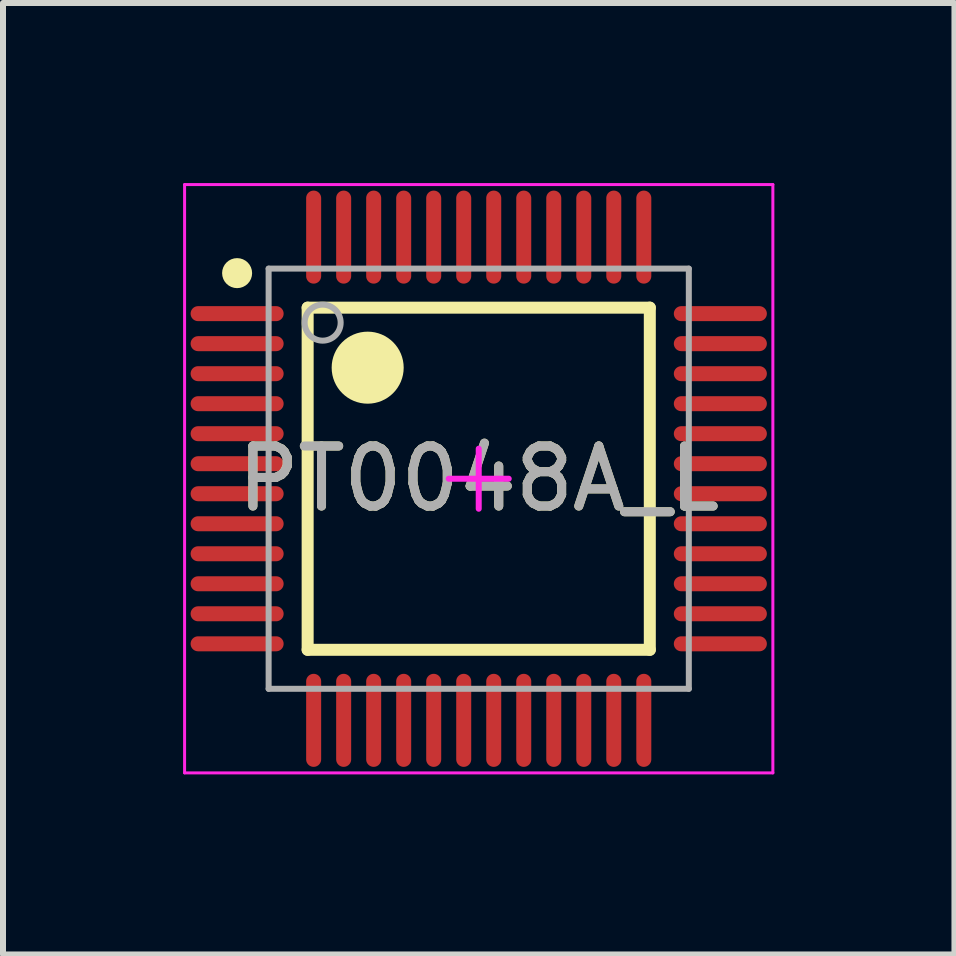
<source format=kicad_pcb>
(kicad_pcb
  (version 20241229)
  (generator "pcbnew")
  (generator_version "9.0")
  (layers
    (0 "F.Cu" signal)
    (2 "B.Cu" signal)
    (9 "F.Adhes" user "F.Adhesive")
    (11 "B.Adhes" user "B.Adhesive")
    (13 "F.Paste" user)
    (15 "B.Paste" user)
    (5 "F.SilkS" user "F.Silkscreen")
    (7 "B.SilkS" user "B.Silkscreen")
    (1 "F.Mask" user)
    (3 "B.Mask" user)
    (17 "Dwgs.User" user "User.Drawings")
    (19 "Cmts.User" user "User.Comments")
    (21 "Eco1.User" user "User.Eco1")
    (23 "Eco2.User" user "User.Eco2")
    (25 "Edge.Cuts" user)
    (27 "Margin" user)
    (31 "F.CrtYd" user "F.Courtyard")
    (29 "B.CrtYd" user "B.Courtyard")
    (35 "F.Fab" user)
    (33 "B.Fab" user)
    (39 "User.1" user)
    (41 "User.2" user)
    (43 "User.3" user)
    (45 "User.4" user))
  (footprint "PT0048A_L"
    (layer "F.Cu")
    (at 4.925 4.925)
    (property "Reference" "PT0048A_L" (at 0 0 0) (unlocked yes) (layer "F.SilkS") (effects (font (size 1 1) (thickness 0.15))))
    (attr smd)
    (fp_line (start -2.85 -2.85) (end 2.85 -2.85) (stroke (width 0.2) (type solid)) (layer "F.SilkS"))
    (fp_line (start -2.85 2.85) (end -2.85 -2.85) (stroke (width 0.2) (type solid)) (layer "F.SilkS"))
    (fp_line (start -2.85 2.85) (end 2.85 2.85) (stroke (width 0.2) (type solid)) (layer "F.SilkS"))
    (fp_line (start 2.85 2.85) (end 2.85 -2.85) (stroke (width 0.2) (type solid)) (layer "F.SilkS"))
    (fp_circle (center -4.025 -3.425) (end -3.9 -3.425) (stroke (width 0.25) (type solid)) (fill no) (layer "F.SilkS"))
    (fp_circle (center -1.85 -1.85) (end -1.55 -1.85) (stroke (width 0.6) (type solid)) (fill no) (layer "F.SilkS"))
    (fp_line (start -4.9 -4.9) (end 4.9 -4.9) (stroke (width 0.05) (type solid)) (layer "F.CrtYd"))
    (fp_line (start -4.9 4.9) (end -4.9 -4.9) (stroke (width 0.05) (type solid)) (layer "F.CrtYd"))
    (fp_line (start -4.9 4.9) (end 4.9 4.9) (stroke (width 0.05) (type solid)) (layer "F.CrtYd"))
    (fp_line (start -0.5 0) (end 0.5 0) (stroke (width 0.1) (type solid)) (layer "F.CrtYd"))
    (fp_line (start 0.000003 0.5) (end 0.000003 -0.5) (stroke (width 0.1) (type solid)) (layer "F.CrtYd"))
    (fp_line (start 4.9 4.9) (end 4.9 -4.9) (stroke (width 0.05) (type solid)) (layer "F.CrtYd"))
    (fp_line (start -3.5 -3.5) (end 3.5 -3.5) (stroke (width 0.1) (type solid)) (layer "F.Fab"))
    (fp_line (start -3.5 3.5) (end -3.5 -3.5) (stroke (width 0.1) (type solid)) (layer "F.Fab"))
    (fp_line (start -3.5 3.5) (end 3.5 3.5) (stroke (width 0.1) (type solid)) (layer "F.Fab"))
    (fp_line (start 3.5 3.5) (end 3.5 -3.5) (stroke (width 0.1) (type solid)) (layer "F.Fab"))
    (fp_circle (center -2.6 -2.6) (end -2.3 -2.6) (stroke (width 0.1) (type solid)) (fill no) (layer "F.Fab"))
    (fp_text user "${REFERENCE}" (at 0 0 0) (unlocked yes) (layer "F.Fab") (effects (font (size 1 1) (thickness 0.15))))
    (pad "1" smd oval (at -4.025 -2.75 90) (size 0.25 1.55) (layers "F.Cu" "F.Mask" "F.Paste"))
    (pad "2" smd oval (at -4.025 -2.25 90) (size 0.25 1.55) (layers "F.Cu" "F.Mask" "F.Paste"))
    (pad "3" smd oval (at -4.025 -1.75 90) (size 0.25 1.55) (layers "F.Cu" "F.Mask" "F.Paste"))
    (pad "4" smd oval (at -4.025 -1.25 90) (size 0.25 1.55) (layers "F.Cu" "F.Mask" "F.Paste"))
    (pad "5" smd oval (at -4.025 -0.75 90) (size 0.25 1.55) (layers "F.Cu" "F.Mask" "F.Paste"))
    (pad "6" smd oval (at -4.025 -0.25 90) (size 0.25 1.55) (layers "F.Cu" "F.Mask" "F.Paste"))
    (pad "7" smd oval (at -4.025 0.25 90) (size 0.25 1.55) (layers "F.Cu" "F.Mask" "F.Paste"))
    (pad "8" smd oval (at -4.025 0.75 90) (size 0.25 1.55) (layers "F.Cu" "F.Mask" "F.Paste"))
    (pad "9" smd oval (at -4.025 1.25 90) (size 0.25 1.55) (layers "F.Cu" "F.Mask" "F.Paste"))
    (pad "10" smd oval (at -4.025 1.75 90) (size 0.25 1.55) (layers "F.Cu" "F.Mask" "F.Paste"))
    (pad "11" smd oval (at -4.025 2.25 90) (size 0.25 1.55) (layers "F.Cu" "F.Mask" "F.Paste"))
    (pad "12" smd oval (at -4.025 2.75 90) (size 0.25 1.55) (layers "F.Cu" "F.Mask" "F.Paste"))
    (pad "13" smd oval (at -2.75 4.025) (size 0.25 1.55) (layers "F.Cu" "F.Mask" "F.Paste"))
    (pad "14" smd oval (at -2.25 4.025) (size 0.25 1.55) (layers "F.Cu" "F.Mask" "F.Paste"))
    (pad "15" smd oval (at -1.75 4.025) (size 0.25 1.55) (layers "F.Cu" "F.Mask" "F.Paste"))
    (pad "16" smd oval (at -1.25 4.025) (size 0.25 1.55) (layers "F.Cu" "F.Mask" "F.Paste"))
    (pad "17" smd oval (at -0.75 4.025) (size 0.25 1.55) (layers "F.Cu" "F.Mask" "F.Paste"))
    (pad "18" smd oval (at -0.25 4.025) (size 0.25 1.55) (layers "F.Cu" "F.Mask" "F.Paste"))
    (pad "19" smd oval (at 0.25 4.025) (size 0.25 1.55) (layers "F.Cu" "F.Mask" "F.Paste"))
    (pad "20" smd oval (at 0.75 4.025) (size 0.25 1.55) (layers "F.Cu" "F.Mask" "F.Paste"))
    (pad "21" smd oval (at 1.25 4.025) (size 0.25 1.55) (layers "F.Cu" "F.Mask" "F.Paste"))
    (pad "22" smd oval (at 1.75 4.025) (size 0.25 1.55) (layers "F.Cu" "F.Mask" "F.Paste"))
    (pad "23" smd oval (at 2.25 4.025) (size 0.25 1.55) (layers "F.Cu" "F.Mask" "F.Paste"))
    (pad "24" smd oval (at 2.75 4.025) (size 0.25 1.55) (layers "F.Cu" "F.Mask" "F.Paste"))
    (pad "25" smd oval (at 4.025 2.75 90) (size 0.25 1.55) (layers "F.Cu" "F.Mask" "F.Paste"))
    (pad "26" smd oval (at 4.025 2.25 90) (size 0.25 1.55) (layers "F.Cu" "F.Mask" "F.Paste"))
    (pad "27" smd oval (at 4.025 1.75 90) (size 0.25 1.55) (layers "F.Cu" "F.Mask" "F.Paste"))
    (pad "28" smd oval (at 4.025 1.25 90) (size 0.25 1.55) (layers "F.Cu" "F.Mask" "F.Paste"))
    (pad "29" smd oval (at 4.025 0.75 90) (size 0.25 1.55) (layers "F.Cu" "F.Mask" "F.Paste"))
    (pad "30" smd oval (at 4.025 0.25 90) (size 0.25 1.55) (layers "F.Cu" "F.Mask" "F.Paste"))
    (pad "31" smd oval (at 4.025 -0.25 90) (size 0.25 1.55) (layers "F.Cu" "F.Mask" "F.Paste"))
    (pad "32" smd oval (at 4.025 -0.75 90) (size 0.25 1.55) (layers "F.Cu" "F.Mask" "F.Paste"))
    (pad "33" smd oval (at 4.025 -1.25 90) (size 0.25 1.55) (layers "F.Cu" "F.Mask" "F.Paste"))
    (pad "34" smd oval (at 4.025 -1.75 90) (size 0.25 1.55) (layers "F.Cu" "F.Mask" "F.Paste"))
    (pad "35" smd oval (at 4.025 -2.25 90) (size 0.25 1.55) (layers "F.Cu" "F.Mask" "F.Paste"))
    (pad "36" smd oval (at 4.025 -2.75 90) (size 0.25 1.55) (layers "F.Cu" "F.Mask" "F.Paste"))
    (pad "37" smd oval (at 2.75 -4.025) (size 0.25 1.55) (layers "F.Cu" "F.Mask" "F.Paste"))
    (pad "38" smd oval (at 2.25 -4.025) (size 0.25 1.55) (layers "F.Cu" "F.Mask" "F.Paste"))
    (pad "39" smd oval (at 1.75 -4.025) (size 0.25 1.55) (layers "F.Cu" "F.Mask" "F.Paste"))
    (pad "40" smd oval (at 1.25 -4.025) (size 0.25 1.55) (layers "F.Cu" "F.Mask" "F.Paste"))
    (pad "41" smd oval (at 0.75 -4.025) (size 0.25 1.55) (layers "F.Cu" "F.Mask" "F.Paste"))
    (pad "42" smd oval (at 0.25 -4.025) (size 0.25 1.55) (layers "F.Cu" "F.Mask" "F.Paste"))
    (pad "43" smd oval (at -0.25 -4.025) (size 0.25 1.55) (layers "F.Cu" "F.Mask" "F.Paste"))
    (pad "44" smd oval (at -0.75 -4.025) (size 0.25 1.55) (layers "F.Cu" "F.Mask" "F.Paste"))
    (pad "45" smd oval (at -1.25 -4.025) (size 0.25 1.55) (layers "F.Cu" "F.Mask" "F.Paste"))
    (pad "46" smd oval (at -1.75 -4.025) (size 0.25 1.55) (layers "F.Cu" "F.Mask" "F.Paste"))
    (pad "47" smd oval (at -2.25 -4.025) (size 0.25 1.55) (layers "F.Cu" "F.Mask" "F.Paste"))
    (pad "48" smd oval (at -2.75 -4.025) (size 0.25 1.55) (layers "F.Cu" "F.Mask" "F.Paste")))
  (gr_rect
    (start -3 -3)
    (end 12.85 12.85)
    (stroke (width 0.1) (type default))
    (fill no)
    (layer "Edge.Cuts")))
</source>
